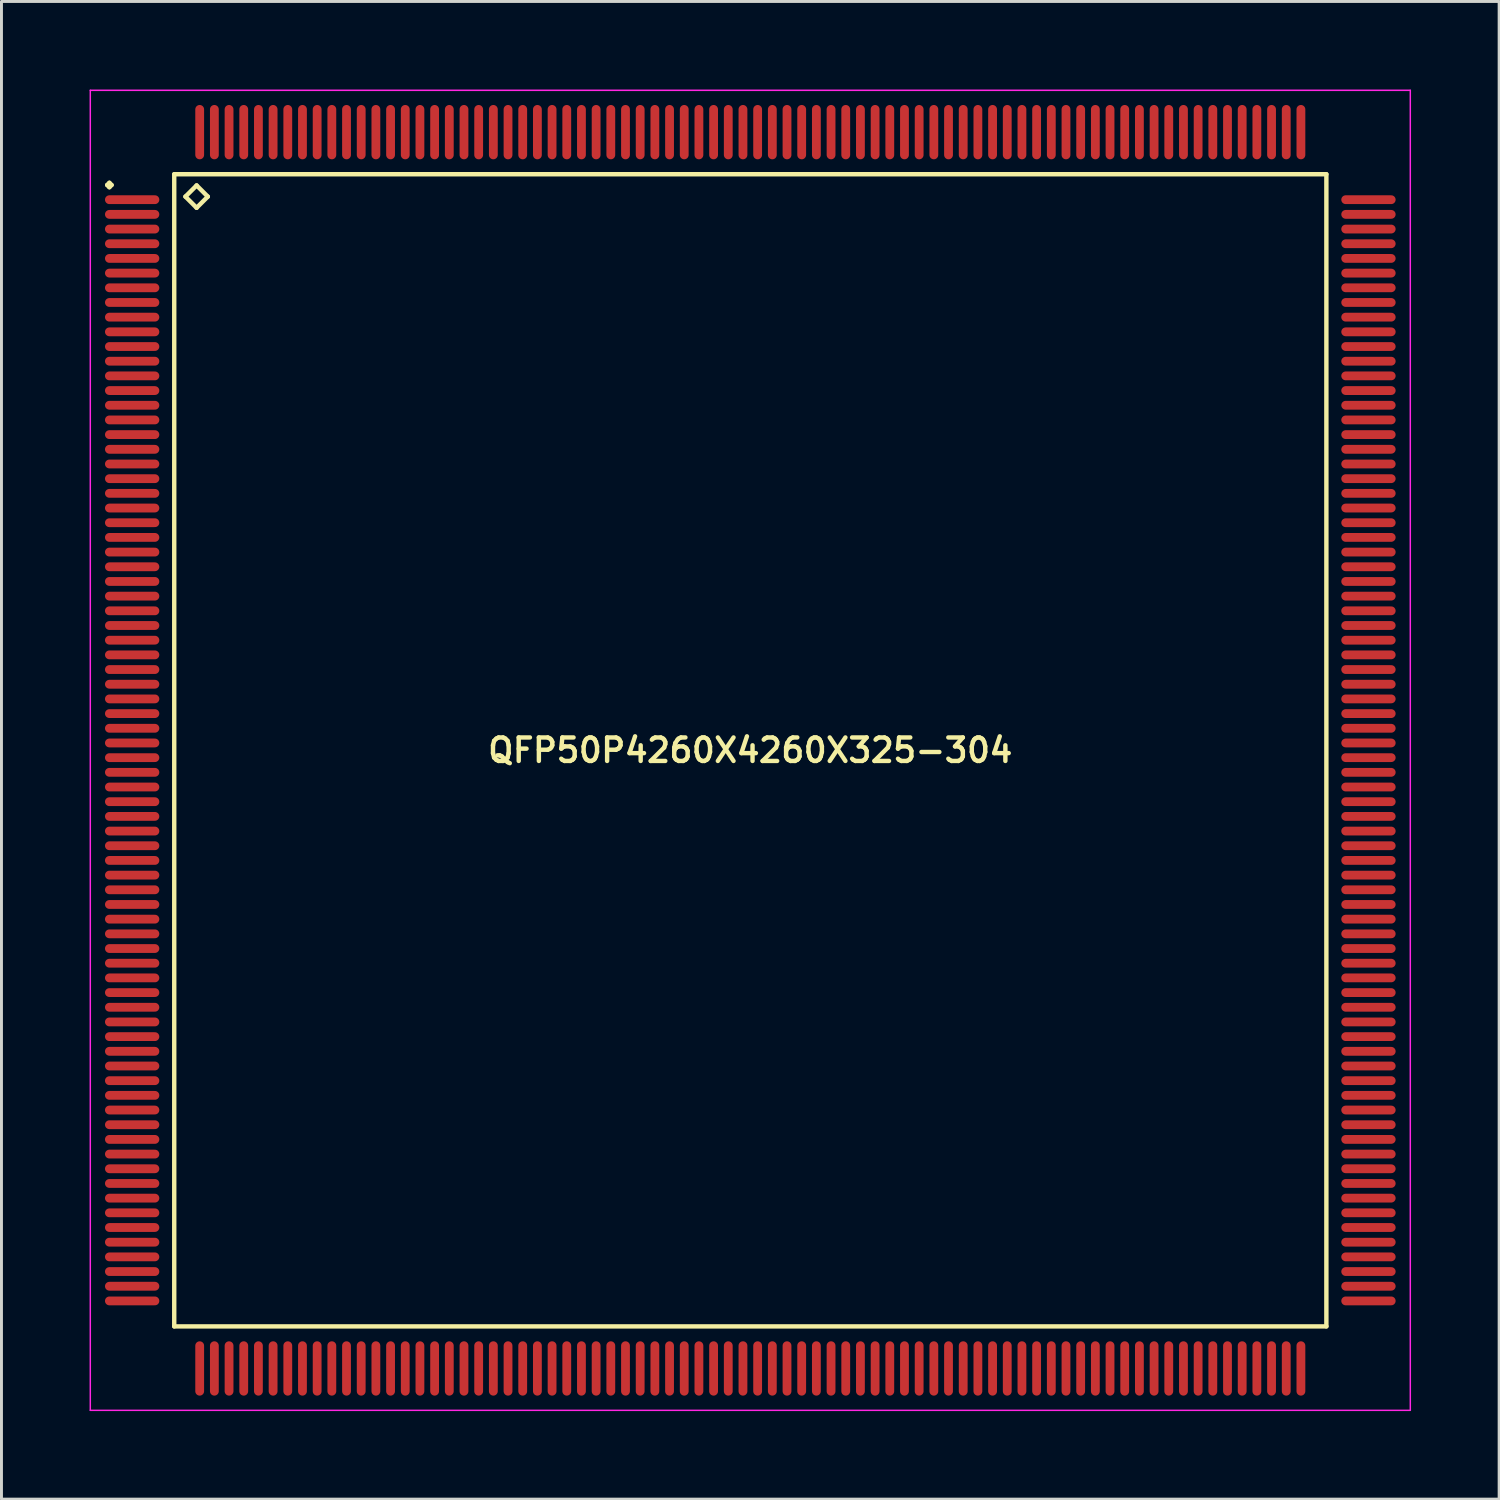
<source format=kicad_pcb>
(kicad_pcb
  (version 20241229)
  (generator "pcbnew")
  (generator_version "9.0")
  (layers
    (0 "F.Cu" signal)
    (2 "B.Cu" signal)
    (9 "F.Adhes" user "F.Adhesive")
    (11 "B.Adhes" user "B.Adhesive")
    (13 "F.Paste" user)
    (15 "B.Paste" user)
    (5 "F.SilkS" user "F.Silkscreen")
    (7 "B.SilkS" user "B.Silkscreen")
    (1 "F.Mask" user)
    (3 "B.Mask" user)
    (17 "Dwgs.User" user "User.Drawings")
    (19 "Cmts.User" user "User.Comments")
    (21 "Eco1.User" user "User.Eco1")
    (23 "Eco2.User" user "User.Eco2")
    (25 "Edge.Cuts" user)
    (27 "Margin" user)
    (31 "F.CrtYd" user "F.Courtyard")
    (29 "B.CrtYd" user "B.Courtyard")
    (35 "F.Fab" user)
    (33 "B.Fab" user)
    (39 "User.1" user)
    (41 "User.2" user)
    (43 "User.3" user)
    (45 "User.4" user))
  (footprint "QFP50P4260X4260X325-304"
    (layer "F.Cu")
    (at 22.5 22.5)
    (property "Reference" "QFP50P4260X4260X325-304" (at 0 0 0) (layer "F.SilkS") (effects (font (size 0.8 0.8) (thickness 0.15))))
    (attr smd)
    (fp_line (start -21.9 -19.25) (end -21.825 -19.325) (stroke (width 0.15) (type solid)) (layer "F.SilkS"))
    (fp_line (start -21.825 -19.325) (end -21.75 -19.25) (stroke (width 0.15) (type solid)) (layer "F.SilkS"))
    (fp_line (start -21.825 -19.175) (end -21.9 -19.25) (stroke (width 0.15) (type solid)) (layer "F.SilkS"))
    (fp_line (start -21.75 -19.25) (end -21.825 -19.175) (stroke (width 0.15) (type solid)) (layer "F.SilkS"))
    (fp_line (start -19.617 -19.617) (end -19.617 19.617) (stroke (width 0.15) (type solid)) (layer "F.SilkS"))
    (fp_line (start -19.617 19.617) (end 19.617 19.617) (stroke (width 0.15) (type solid)) (layer "F.SilkS"))
    (fp_line (start -19.236 -18.855) (end -18.855 -19.236) (stroke (width 0.15) (type solid)) (layer "F.SilkS"))
    (fp_line (start -18.855 -19.236) (end -18.474 -18.855) (stroke (width 0.15) (type solid)) (layer "F.SilkS"))
    (fp_line (start -18.855 -18.474) (end -19.236 -18.855) (stroke (width 0.15) (type solid)) (layer "F.SilkS"))
    (fp_line (start -18.474 -18.855) (end -18.855 -18.474) (stroke (width 0.15) (type solid)) (layer "F.SilkS"))
    (fp_line (start 19.617 -19.617) (end -19.617 -19.617) (stroke (width 0.15) (type solid)) (layer "F.SilkS"))
    (fp_line (start 19.617 19.617) (end 19.617 -19.617) (stroke (width 0.15) (type solid)) (layer "F.SilkS"))
    (fp_line (start -22.475 -22.475) (end 22.475 -22.475) (stroke (width 0.05) (type solid)) (layer "F.CrtYd"))
    (fp_line (start -22.475 22.475) (end -22.475 -22.475) (stroke (width 0.05) (type solid)) (layer "F.CrtYd"))
    (fp_line (start 22.475 -22.475) (end 22.475 22.475) (stroke (width 0.05) (type solid)) (layer "F.CrtYd"))
    (fp_line (start 22.475 22.475) (end -22.475 22.475) (stroke (width 0.05) (type solid)) (layer "F.CrtYd"))
    (pad "1" smd oval (at -21.05 -18.75) (size 1.85 0.3) (layers "F.Cu" "F.Mask" "F.Paste"))
    (pad "2" smd oval (at -21.05 -18.25) (size 1.85 0.3) (layers "F.Cu" "F.Mask" "F.Paste"))
    (pad "3" smd oval (at -21.05 -17.75) (size 1.85 0.3) (layers "F.Cu" "F.Mask" "F.Paste"))
    (pad "4" smd oval (at -21.05 -17.25) (size 1.85 0.3) (layers "F.Cu" "F.Mask" "F.Paste"))
    (pad "5" smd oval (at -21.05 -16.75) (size 1.85 0.3) (layers "F.Cu" "F.Mask" "F.Paste"))
    (pad "6" smd oval (at -21.05 -16.25) (size 1.85 0.3) (layers "F.Cu" "F.Mask" "F.Paste"))
    (pad "7" smd oval (at -21.05 -15.75) (size 1.85 0.3) (layers "F.Cu" "F.Mask" "F.Paste"))
    (pad "8" smd oval (at -21.05 -15.25) (size 1.85 0.3) (layers "F.Cu" "F.Mask" "F.Paste"))
    (pad "9" smd oval (at -21.05 -14.75) (size 1.85 0.3) (layers "F.Cu" "F.Mask" "F.Paste"))
    (pad "10" smd oval (at -21.05 -14.25) (size 1.85 0.3) (layers "F.Cu" "F.Mask" "F.Paste"))
    (pad "11" smd oval (at -21.05 -13.75) (size 1.85 0.3) (layers "F.Cu" "F.Mask" "F.Paste"))
    (pad "12" smd oval (at -21.05 -13.25) (size 1.85 0.3) (layers "F.Cu" "F.Mask" "F.Paste"))
    (pad "13" smd oval (at -21.05 -12.75) (size 1.85 0.3) (layers "F.Cu" "F.Mask" "F.Paste"))
    (pad "14" smd oval (at -21.05 -12.25) (size 1.85 0.3) (layers "F.Cu" "F.Mask" "F.Paste"))
    (pad "15" smd oval (at -21.05 -11.75) (size 1.85 0.3) (layers "F.Cu" "F.Mask" "F.Paste"))
    (pad "16" smd oval (at -21.05 -11.25) (size 1.85 0.3) (layers "F.Cu" "F.Mask" "F.Paste"))
    (pad "17" smd oval (at -21.05 -10.75) (size 1.85 0.3) (layers "F.Cu" "F.Mask" "F.Paste"))
    (pad "18" smd oval (at -21.05 -10.25) (size 1.85 0.3) (layers "F.Cu" "F.Mask" "F.Paste"))
    (pad "19" smd oval (at -21.05 -9.75) (size 1.85 0.3) (layers "F.Cu" "F.Mask" "F.Paste"))
    (pad "20" smd oval (at -21.05 -9.25) (size 1.85 0.3) (layers "F.Cu" "F.Mask" "F.Paste"))
    (pad "21" smd oval (at -21.05 -8.75) (size 1.85 0.3) (layers "F.Cu" "F.Mask" "F.Paste"))
    (pad "22" smd oval (at -21.05 -8.25) (size 1.85 0.3) (layers "F.Cu" "F.Mask" "F.Paste"))
    (pad "23" smd oval (at -21.05 -7.75) (size 1.85 0.3) (layers "F.Cu" "F.Mask" "F.Paste"))
    (pad "24" smd oval (at -21.05 -7.25) (size 1.85 0.3) (layers "F.Cu" "F.Mask" "F.Paste"))
    (pad "25" smd oval (at -21.05 -6.75) (size 1.85 0.3) (layers "F.Cu" "F.Mask" "F.Paste"))
    (pad "26" smd oval (at -21.05 -6.25) (size 1.85 0.3) (layers "F.Cu" "F.Mask" "F.Paste"))
    (pad "27" smd oval (at -21.05 -5.75) (size 1.85 0.3) (layers "F.Cu" "F.Mask" "F.Paste"))
    (pad "28" smd oval (at -21.05 -5.25) (size 1.85 0.3) (layers "F.Cu" "F.Mask" "F.Paste"))
    (pad "29" smd oval (at -21.05 -4.75) (size 1.85 0.3) (layers "F.Cu" "F.Mask" "F.Paste"))
    (pad "30" smd oval (at -21.05 -4.25) (size 1.85 0.3) (layers "F.Cu" "F.Mask" "F.Paste"))
    (pad "31" smd oval (at -21.05 -3.75) (size 1.85 0.3) (layers "F.Cu" "F.Mask" "F.Paste"))
    (pad "32" smd oval (at -21.05 -3.25) (size 1.85 0.3) (layers "F.Cu" "F.Mask" "F.Paste"))
    (pad "33" smd oval (at -21.05 -2.75) (size 1.85 0.3) (layers "F.Cu" "F.Mask" "F.Paste"))
    (pad "34" smd oval (at -21.05 -2.25) (size 1.85 0.3) (layers "F.Cu" "F.Mask" "F.Paste"))
    (pad "35" smd oval (at -21.05 -1.75) (size 1.85 0.3) (layers "F.Cu" "F.Mask" "F.Paste"))
    (pad "36" smd oval (at -21.05 -1.25) (size 1.85 0.3) (layers "F.Cu" "F.Mask" "F.Paste"))
    (pad "37" smd oval (at -21.05 -0.75) (size 1.85 0.3) (layers "F.Cu" "F.Mask" "F.Paste"))
    (pad "38" smd oval (at -21.05 -0.25) (size 1.85 0.3) (layers "F.Cu" "F.Mask" "F.Paste"))
    (pad "39" smd oval (at -21.05 0.25) (size 1.85 0.3) (layers "F.Cu" "F.Mask" "F.Paste"))
    (pad "40" smd oval (at -21.05 0.75) (size 1.85 0.3) (layers "F.Cu" "F.Mask" "F.Paste"))
    (pad "41" smd oval (at -21.05 1.25) (size 1.85 0.3) (layers "F.Cu" "F.Mask" "F.Paste"))
    (pad "42" smd oval (at -21.05 1.75) (size 1.85 0.3) (layers "F.Cu" "F.Mask" "F.Paste"))
    (pad "43" smd oval (at -21.05 2.25) (size 1.85 0.3) (layers "F.Cu" "F.Mask" "F.Paste"))
    (pad "44" smd oval (at -21.05 2.75) (size 1.85 0.3) (layers "F.Cu" "F.Mask" "F.Paste"))
    (pad "45" smd oval (at -21.05 3.25) (size 1.85 0.3) (layers "F.Cu" "F.Mask" "F.Paste"))
    (pad "46" smd oval (at -21.05 3.75) (size 1.85 0.3) (layers "F.Cu" "F.Mask" "F.Paste"))
    (pad "47" smd oval (at -21.05 4.25) (size 1.85 0.3) (layers "F.Cu" "F.Mask" "F.Paste"))
    (pad "48" smd oval (at -21.05 4.75) (size 1.85 0.3) (layers "F.Cu" "F.Mask" "F.Paste"))
    (pad "49" smd oval (at -21.05 5.25) (size 1.85 0.3) (layers "F.Cu" "F.Mask" "F.Paste"))
    (pad "50" smd oval (at -21.05 5.75) (size 1.85 0.3) (layers "F.Cu" "F.Mask" "F.Paste"))
    (pad "51" smd oval (at -21.05 6.25) (size 1.85 0.3) (layers "F.Cu" "F.Mask" "F.Paste"))
    (pad "52" smd oval (at -21.05 6.75) (size 1.85 0.3) (layers "F.Cu" "F.Mask" "F.Paste"))
    (pad "53" smd oval (at -21.05 7.25) (size 1.85 0.3) (layers "F.Cu" "F.Mask" "F.Paste"))
    (pad "54" smd oval (at -21.05 7.75) (size 1.85 0.3) (layers "F.Cu" "F.Mask" "F.Paste"))
    (pad "55" smd oval (at -21.05 8.25) (size 1.85 0.3) (layers "F.Cu" "F.Mask" "F.Paste"))
    (pad "56" smd oval (at -21.05 8.75) (size 1.85 0.3) (layers "F.Cu" "F.Mask" "F.Paste"))
    (pad "57" smd oval (at -21.05 9.25) (size 1.85 0.3) (layers "F.Cu" "F.Mask" "F.Paste"))
    (pad "58" smd oval (at -21.05 9.75) (size 1.85 0.3) (layers "F.Cu" "F.Mask" "F.Paste"))
    (pad "59" smd oval (at -21.05 10.25) (size 1.85 0.3) (layers "F.Cu" "F.Mask" "F.Paste"))
    (pad "60" smd oval (at -21.05 10.75) (size 1.85 0.3) (layers "F.Cu" "F.Mask" "F.Paste"))
    (pad "61" smd oval (at -21.05 11.25) (size 1.85 0.3) (layers "F.Cu" "F.Mask" "F.Paste"))
    (pad "62" smd oval (at -21.05 11.75) (size 1.85 0.3) (layers "F.Cu" "F.Mask" "F.Paste"))
    (pad "63" smd oval (at -21.05 12.25) (size 1.85 0.3) (layers "F.Cu" "F.Mask" "F.Paste"))
    (pad "64" smd oval (at -21.05 12.75) (size 1.85 0.3) (layers "F.Cu" "F.Mask" "F.Paste"))
    (pad "65" smd oval (at -21.05 13.25) (size 1.85 0.3) (layers "F.Cu" "F.Mask" "F.Paste"))
    (pad "66" smd oval (at -21.05 13.75) (size 1.85 0.3) (layers "F.Cu" "F.Mask" "F.Paste"))
    (pad "67" smd oval (at -21.05 14.25) (size 1.85 0.3) (layers "F.Cu" "F.Mask" "F.Paste"))
    (pad "68" smd oval (at -21.05 14.75) (size 1.85 0.3) (layers "F.Cu" "F.Mask" "F.Paste"))
    (pad "69" smd oval (at -21.05 15.25) (size 1.85 0.3) (layers "F.Cu" "F.Mask" "F.Paste"))
    (pad "70" smd oval (at -21.05 15.75) (size 1.85 0.3) (layers "F.Cu" "F.Mask" "F.Paste"))
    (pad "71" smd oval (at -21.05 16.25) (size 1.85 0.3) (layers "F.Cu" "F.Mask" "F.Paste"))
    (pad "72" smd oval (at -21.05 16.75) (size 1.85 0.3) (layers "F.Cu" "F.Mask" "F.Paste"))
    (pad "73" smd oval (at -21.05 17.25) (size 1.85 0.3) (layers "F.Cu" "F.Mask" "F.Paste"))
    (pad "74" smd oval (at -21.05 17.75) (size 1.85 0.3) (layers "F.Cu" "F.Mask" "F.Paste"))
    (pad "75" smd oval (at -21.05 18.25) (size 1.85 0.3) (layers "F.Cu" "F.Mask" "F.Paste"))
    (pad "76" smd oval (at -21.05 18.75) (size 1.85 0.3) (layers "F.Cu" "F.Mask" "F.Paste"))
    (pad "77" smd oval (at -18.75 21.05) (size 0.3 1.85) (layers "F.Cu" "F.Mask" "F.Paste"))
    (pad "78" smd oval (at -18.25 21.05) (size 0.3 1.85) (layers "F.Cu" "F.Mask" "F.Paste"))
    (pad "79" smd oval (at -17.75 21.05) (size 0.3 1.85) (layers "F.Cu" "F.Mask" "F.Paste"))
    (pad "80" smd oval (at -17.25 21.05) (size 0.3 1.85) (layers "F.Cu" "F.Mask" "F.Paste"))
    (pad "81" smd oval (at -16.75 21.05) (size 0.3 1.85) (layers "F.Cu" "F.Mask" "F.Paste"))
    (pad "82" smd oval (at -16.25 21.05) (size 0.3 1.85) (layers "F.Cu" "F.Mask" "F.Paste"))
    (pad "83" smd oval (at -15.75 21.05) (size 0.3 1.85) (layers "F.Cu" "F.Mask" "F.Paste"))
    (pad "84" smd oval (at -15.25 21.05) (size 0.3 1.85) (layers "F.Cu" "F.Mask" "F.Paste"))
    (pad "85" smd oval (at -14.75 21.05) (size 0.3 1.85) (layers "F.Cu" "F.Mask" "F.Paste"))
    (pad "86" smd oval (at -14.25 21.05) (size 0.3 1.85) (layers "F.Cu" "F.Mask" "F.Paste"))
    (pad "87" smd oval (at -13.75 21.05) (size 0.3 1.85) (layers "F.Cu" "F.Mask" "F.Paste"))
    (pad "88" smd oval (at -13.25 21.05) (size 0.3 1.85) (layers "F.Cu" "F.Mask" "F.Paste"))
    (pad "89" smd oval (at -12.75 21.05) (size 0.3 1.85) (layers "F.Cu" "F.Mask" "F.Paste"))
    (pad "90" smd oval (at -12.25 21.05) (size 0.3 1.85) (layers "F.Cu" "F.Mask" "F.Paste"))
    (pad "91" smd oval (at -11.75 21.05) (size 0.3 1.85) (layers "F.Cu" "F.Mask" "F.Paste"))
    (pad "92" smd oval (at -11.25 21.05) (size 0.3 1.85) (layers "F.Cu" "F.Mask" "F.Paste"))
    (pad "93" smd oval (at -10.75 21.05) (size 0.3 1.85) (layers "F.Cu" "F.Mask" "F.Paste"))
    (pad "94" smd oval (at -10.25 21.05) (size 0.3 1.85) (layers "F.Cu" "F.Mask" "F.Paste"))
    (pad "95" smd oval (at -9.75 21.05) (size 0.3 1.85) (layers "F.Cu" "F.Mask" "F.Paste"))
    (pad "96" smd oval (at -9.25 21.05) (size 0.3 1.85) (layers "F.Cu" "F.Mask" "F.Paste"))
    (pad "97" smd oval (at -8.75 21.05) (size 0.3 1.85) (layers "F.Cu" "F.Mask" "F.Paste"))
    (pad "98" smd oval (at -8.25 21.05) (size 0.3 1.85) (layers "F.Cu" "F.Mask" "F.Paste"))
    (pad "99" smd oval (at -7.75 21.05) (size 0.3 1.85) (layers "F.Cu" "F.Mask" "F.Paste"))
    (pad "100" smd oval (at -7.25 21.05) (size 0.3 1.85) (layers "F.Cu" "F.Mask" "F.Paste"))
    (pad "101" smd oval (at -6.75 21.05) (size 0.3 1.85) (layers "F.Cu" "F.Mask" "F.Paste"))
    (pad "102" smd oval (at -6.25 21.05) (size 0.3 1.85) (layers "F.Cu" "F.Mask" "F.Paste"))
    (pad "103" smd oval (at -5.75 21.05) (size 0.3 1.85) (layers "F.Cu" "F.Mask" "F.Paste"))
    (pad "104" smd oval (at -5.25 21.05) (size 0.3 1.85) (layers "F.Cu" "F.Mask" "F.Paste"))
    (pad "105" smd oval (at -4.75 21.05) (size 0.3 1.85) (layers "F.Cu" "F.Mask" "F.Paste"))
    (pad "106" smd oval (at -4.25 21.05) (size 0.3 1.85) (layers "F.Cu" "F.Mask" "F.Paste"))
    (pad "107" smd oval (at -3.75 21.05) (size 0.3 1.85) (layers "F.Cu" "F.Mask" "F.Paste"))
    (pad "108" smd oval (at -3.25 21.05) (size 0.3 1.85) (layers "F.Cu" "F.Mask" "F.Paste"))
    (pad "109" smd oval (at -2.75 21.05) (size 0.3 1.85) (layers "F.Cu" "F.Mask" "F.Paste"))
    (pad "110" smd oval (at -2.25 21.05) (size 0.3 1.85) (layers "F.Cu" "F.Mask" "F.Paste"))
    (pad "111" smd oval (at -1.75 21.05) (size 0.3 1.85) (layers "F.Cu" "F.Mask" "F.Paste"))
    (pad "112" smd oval (at -1.25 21.05) (size 0.3 1.85) (layers "F.Cu" "F.Mask" "F.Paste"))
    (pad "113" smd oval (at -0.75 21.05) (size 0.3 1.85) (layers "F.Cu" "F.Mask" "F.Paste"))
    (pad "114" smd oval (at -0.25 21.05) (size 0.3 1.85) (layers "F.Cu" "F.Mask" "F.Paste"))
    (pad "115" smd oval (at 0.25 21.05) (size 0.3 1.85) (layers "F.Cu" "F.Mask" "F.Paste"))
    (pad "116" smd oval (at 0.75 21.05) (size 0.3 1.85) (layers "F.Cu" "F.Mask" "F.Paste"))
    (pad "117" smd oval (at 1.25 21.05) (size 0.3 1.85) (layers "F.Cu" "F.Mask" "F.Paste"))
    (pad "118" smd oval (at 1.75 21.05) (size 0.3 1.85) (layers "F.Cu" "F.Mask" "F.Paste"))
    (pad "119" smd oval (at 2.25 21.05) (size 0.3 1.85) (layers "F.Cu" "F.Mask" "F.Paste"))
    (pad "120" smd oval (at 2.75 21.05) (size 0.3 1.85) (layers "F.Cu" "F.Mask" "F.Paste"))
    (pad "121" smd oval (at 3.25 21.05) (size 0.3 1.85) (layers "F.Cu" "F.Mask" "F.Paste"))
    (pad "122" smd oval (at 3.75 21.05) (size 0.3 1.85) (layers "F.Cu" "F.Mask" "F.Paste"))
    (pad "123" smd oval (at 4.25 21.05) (size 0.3 1.85) (layers "F.Cu" "F.Mask" "F.Paste"))
    (pad "124" smd oval (at 4.75 21.05) (size 0.3 1.85) (layers "F.Cu" "F.Mask" "F.Paste"))
    (pad "125" smd oval (at 5.25 21.05) (size 0.3 1.85) (layers "F.Cu" "F.Mask" "F.Paste"))
    (pad "126" smd oval (at 5.75 21.05) (size 0.3 1.85) (layers "F.Cu" "F.Mask" "F.Paste"))
    (pad "127" smd oval (at 6.25 21.05) (size 0.3 1.85) (layers "F.Cu" "F.Mask" "F.Paste"))
    (pad "128" smd oval (at 6.75 21.05) (size 0.3 1.85) (layers "F.Cu" "F.Mask" "F.Paste"))
    (pad "129" smd oval (at 7.25 21.05) (size 0.3 1.85) (layers "F.Cu" "F.Mask" "F.Paste"))
    (pad "130" smd oval (at 7.75 21.05) (size 0.3 1.85) (layers "F.Cu" "F.Mask" "F.Paste"))
    (pad "131" smd oval (at 8.25 21.05) (size 0.3 1.85) (layers "F.Cu" "F.Mask" "F.Paste"))
    (pad "132" smd oval (at 8.75 21.05) (size 0.3 1.85) (layers "F.Cu" "F.Mask" "F.Paste"))
    (pad "133" smd oval (at 9.25 21.05) (size 0.3 1.85) (layers "F.Cu" "F.Mask" "F.Paste"))
    (pad "134" smd oval (at 9.75 21.05) (size 0.3 1.85) (layers "F.Cu" "F.Mask" "F.Paste"))
    (pad "135" smd oval (at 10.25 21.05) (size 0.3 1.85) (layers "F.Cu" "F.Mask" "F.Paste"))
    (pad "136" smd oval (at 10.75 21.05) (size 0.3 1.85) (layers "F.Cu" "F.Mask" "F.Paste"))
    (pad "137" smd oval (at 11.25 21.05) (size 0.3 1.85) (layers "F.Cu" "F.Mask" "F.Paste"))
    (pad "138" smd oval (at 11.75 21.05) (size 0.3 1.85) (layers "F.Cu" "F.Mask" "F.Paste"))
    (pad "139" smd oval (at 12.25 21.05) (size 0.3 1.85) (layers "F.Cu" "F.Mask" "F.Paste"))
    (pad "140" smd oval (at 12.75 21.05) (size 0.3 1.85) (layers "F.Cu" "F.Mask" "F.Paste"))
    (pad "141" smd oval (at 13.25 21.05) (size 0.3 1.85) (layers "F.Cu" "F.Mask" "F.Paste"))
    (pad "142" smd oval (at 13.75 21.05) (size 0.3 1.85) (layers "F.Cu" "F.Mask" "F.Paste"))
    (pad "143" smd oval (at 14.25 21.05) (size 0.3 1.85) (layers "F.Cu" "F.Mask" "F.Paste"))
    (pad "144" smd oval (at 14.75 21.05) (size 0.3 1.85) (layers "F.Cu" "F.Mask" "F.Paste"))
    (pad "145" smd oval (at 15.25 21.05) (size 0.3 1.85) (layers "F.Cu" "F.Mask" "F.Paste"))
    (pad "146" smd oval (at 15.75 21.05) (size 0.3 1.85) (layers "F.Cu" "F.Mask" "F.Paste"))
    (pad "147" smd oval (at 16.25 21.05) (size 0.3 1.85) (layers "F.Cu" "F.Mask" "F.Paste"))
    (pad "148" smd oval (at 16.75 21.05) (size 0.3 1.85) (layers "F.Cu" "F.Mask" "F.Paste"))
    (pad "149" smd oval (at 17.25 21.05) (size 0.3 1.85) (layers "F.Cu" "F.Mask" "F.Paste"))
    (pad "150" smd oval (at 17.75 21.05) (size 0.3 1.85) (layers "F.Cu" "F.Mask" "F.Paste"))
    (pad "151" smd oval (at 18.25 21.05) (size 0.3 1.85) (layers "F.Cu" "F.Mask" "F.Paste"))
    (pad "152" smd oval (at 18.75 21.05) (size 0.3 1.85) (layers "F.Cu" "F.Mask" "F.Paste"))
    (pad "153" smd oval (at 21.05 18.75) (size 1.85 0.3) (layers "F.Cu" "F.Mask" "F.Paste"))
    (pad "154" smd oval (at 21.05 18.25) (size 1.85 0.3) (layers "F.Cu" "F.Mask" "F.Paste"))
    (pad "155" smd oval (at 21.05 17.75) (size 1.85 0.3) (layers "F.Cu" "F.Mask" "F.Paste"))
    (pad "156" smd oval (at 21.05 17.25) (size 1.85 0.3) (layers "F.Cu" "F.Mask" "F.Paste"))
    (pad "157" smd oval (at 21.05 16.75) (size 1.85 0.3) (layers "F.Cu" "F.Mask" "F.Paste"))
    (pad "158" smd oval (at 21.05 16.25) (size 1.85 0.3) (layers "F.Cu" "F.Mask" "F.Paste"))
    (pad "159" smd oval (at 21.05 15.75) (size 1.85 0.3) (layers "F.Cu" "F.Mask" "F.Paste"))
    (pad "160" smd oval (at 21.05 15.25) (size 1.85 0.3) (layers "F.Cu" "F.Mask" "F.Paste"))
    (pad "161" smd oval (at 21.05 14.75) (size 1.85 0.3) (layers "F.Cu" "F.Mask" "F.Paste"))
    (pad "162" smd oval (at 21.05 14.25) (size 1.85 0.3) (layers "F.Cu" "F.Mask" "F.Paste"))
    (pad "163" smd oval (at 21.05 13.75) (size 1.85 0.3) (layers "F.Cu" "F.Mask" "F.Paste"))
    (pad "164" smd oval (at 21.05 13.25) (size 1.85 0.3) (layers "F.Cu" "F.Mask" "F.Paste"))
    (pad "165" smd oval (at 21.05 12.75) (size 1.85 0.3) (layers "F.Cu" "F.Mask" "F.Paste"))
    (pad "166" smd oval (at 21.05 12.25) (size 1.85 0.3) (layers "F.Cu" "F.Mask" "F.Paste"))
    (pad "167" smd oval (at 21.05 11.75) (size 1.85 0.3) (layers "F.Cu" "F.Mask" "F.Paste"))
    (pad "168" smd oval (at 21.05 11.25) (size 1.85 0.3) (layers "F.Cu" "F.Mask" "F.Paste"))
    (pad "169" smd oval (at 21.05 10.75) (size 1.85 0.3) (layers "F.Cu" "F.Mask" "F.Paste"))
    (pad "170" smd oval (at 21.05 10.25) (size 1.85 0.3) (layers "F.Cu" "F.Mask" "F.Paste"))
    (pad "171" smd oval (at 21.05 9.75) (size 1.85 0.3) (layers "F.Cu" "F.Mask" "F.Paste"))
    (pad "172" smd oval (at 21.05 9.25) (size 1.85 0.3) (layers "F.Cu" "F.Mask" "F.Paste"))
    (pad "173" smd oval (at 21.05 8.75) (size 1.85 0.3) (layers "F.Cu" "F.Mask" "F.Paste"))
    (pad "174" smd oval (at 21.05 8.25) (size 1.85 0.3) (layers "F.Cu" "F.Mask" "F.Paste"))
    (pad "175" smd oval (at 21.05 7.75) (size 1.85 0.3) (layers "F.Cu" "F.Mask" "F.Paste"))
    (pad "176" smd oval (at 21.05 7.25) (size 1.85 0.3) (layers "F.Cu" "F.Mask" "F.Paste"))
    (pad "177" smd oval (at 21.05 6.75) (size 1.85 0.3) (layers "F.Cu" "F.Mask" "F.Paste"))
    (pad "178" smd oval (at 21.05 6.25) (size 1.85 0.3) (layers "F.Cu" "F.Mask" "F.Paste"))
    (pad "179" smd oval (at 21.05 5.75) (size 1.85 0.3) (layers "F.Cu" "F.Mask" "F.Paste"))
    (pad "180" smd oval (at 21.05 5.25) (size 1.85 0.3) (layers "F.Cu" "F.Mask" "F.Paste"))
    (pad "181" smd oval (at 21.05 4.75) (size 1.85 0.3) (layers "F.Cu" "F.Mask" "F.Paste"))
    (pad "182" smd oval (at 21.05 4.25) (size 1.85 0.3) (layers "F.Cu" "F.Mask" "F.Paste"))
    (pad "183" smd oval (at 21.05 3.75) (size 1.85 0.3) (layers "F.Cu" "F.Mask" "F.Paste"))
    (pad "184" smd oval (at 21.05 3.25) (size 1.85 0.3) (layers "F.Cu" "F.Mask" "F.Paste"))
    (pad "185" smd oval (at 21.05 2.75) (size 1.85 0.3) (layers "F.Cu" "F.Mask" "F.Paste"))
    (pad "186" smd oval (at 21.05 2.25) (size 1.85 0.3) (layers "F.Cu" "F.Mask" "F.Paste"))
    (pad "187" smd oval (at 21.05 1.75) (size 1.85 0.3) (layers "F.Cu" "F.Mask" "F.Paste"))
    (pad "188" smd oval (at 21.05 1.25) (size 1.85 0.3) (layers "F.Cu" "F.Mask" "F.Paste"))
    (pad "189" smd oval (at 21.05 0.75) (size 1.85 0.3) (layers "F.Cu" "F.Mask" "F.Paste"))
    (pad "190" smd oval (at 21.05 0.25) (size 1.85 0.3) (layers "F.Cu" "F.Mask" "F.Paste"))
    (pad "191" smd oval (at 21.05 -0.25) (size 1.85 0.3) (layers "F.Cu" "F.Mask" "F.Paste"))
    (pad "192" smd oval (at 21.05 -0.75) (size 1.85 0.3) (layers "F.Cu" "F.Mask" "F.Paste"))
    (pad "193" smd oval (at 21.05 -1.25) (size 1.85 0.3) (layers "F.Cu" "F.Mask" "F.Paste"))
    (pad "194" smd oval (at 21.05 -1.75) (size 1.85 0.3) (layers "F.Cu" "F.Mask" "F.Paste"))
    (pad "195" smd oval (at 21.05 -2.25) (size 1.85 0.3) (layers "F.Cu" "F.Mask" "F.Paste"))
    (pad "196" smd oval (at 21.05 -2.75) (size 1.85 0.3) (layers "F.Cu" "F.Mask" "F.Paste"))
    (pad "197" smd oval (at 21.05 -3.25) (size 1.85 0.3) (layers "F.Cu" "F.Mask" "F.Paste"))
    (pad "198" smd oval (at 21.05 -3.75) (size 1.85 0.3) (layers "F.Cu" "F.Mask" "F.Paste"))
    (pad "199" smd oval (at 21.05 -4.25) (size 1.85 0.3) (layers "F.Cu" "F.Mask" "F.Paste"))
    (pad "200" smd oval (at 21.05 -4.75) (size 1.85 0.3) (layers "F.Cu" "F.Mask" "F.Paste"))
    (pad "201" smd oval (at 21.05 -5.25) (size 1.85 0.3) (layers "F.Cu" "F.Mask" "F.Paste"))
    (pad "202" smd oval (at 21.05 -5.75) (size 1.85 0.3) (layers "F.Cu" "F.Mask" "F.Paste"))
    (pad "203" smd oval (at 21.05 -6.25) (size 1.85 0.3) (layers "F.Cu" "F.Mask" "F.Paste"))
    (pad "204" smd oval (at 21.05 -6.75) (size 1.85 0.3) (layers "F.Cu" "F.Mask" "F.Paste"))
    (pad "205" smd oval (at 21.05 -7.25) (size 1.85 0.3) (layers "F.Cu" "F.Mask" "F.Paste"))
    (pad "206" smd oval (at 21.05 -7.75) (size 1.85 0.3) (layers "F.Cu" "F.Mask" "F.Paste"))
    (pad "207" smd oval (at 21.05 -8.25) (size 1.85 0.3) (layers "F.Cu" "F.Mask" "F.Paste"))
    (pad "208" smd oval (at 21.05 -8.75) (size 1.85 0.3) (layers "F.Cu" "F.Mask" "F.Paste"))
    (pad "209" smd oval (at 21.05 -9.25) (size 1.85 0.3) (layers "F.Cu" "F.Mask" "F.Paste"))
    (pad "210" smd oval (at 21.05 -9.75) (size 1.85 0.3) (layers "F.Cu" "F.Mask" "F.Paste"))
    (pad "211" smd oval (at 21.05 -10.25) (size 1.85 0.3) (layers "F.Cu" "F.Mask" "F.Paste"))
    (pad "212" smd oval (at 21.05 -10.75) (size 1.85 0.3) (layers "F.Cu" "F.Mask" "F.Paste"))
    (pad "213" smd oval (at 21.05 -11.25) (size 1.85 0.3) (layers "F.Cu" "F.Mask" "F.Paste"))
    (pad "214" smd oval (at 21.05 -11.75) (size 1.85 0.3) (layers "F.Cu" "F.Mask" "F.Paste"))
    (pad "215" smd oval (at 21.05 -12.25) (size 1.85 0.3) (layers "F.Cu" "F.Mask" "F.Paste"))
    (pad "216" smd oval (at 21.05 -12.75) (size 1.85 0.3) (layers "F.Cu" "F.Mask" "F.Paste"))
    (pad "217" smd oval (at 21.05 -13.25) (size 1.85 0.3) (layers "F.Cu" "F.Mask" "F.Paste"))
    (pad "218" smd oval (at 21.05 -13.75) (size 1.85 0.3) (layers "F.Cu" "F.Mask" "F.Paste"))
    (pad "219" smd oval (at 21.05 -14.25) (size 1.85 0.3) (layers "F.Cu" "F.Mask" "F.Paste"))
    (pad "220" smd oval (at 21.05 -14.75) (size 1.85 0.3) (layers "F.Cu" "F.Mask" "F.Paste"))
    (pad "221" smd oval (at 21.05 -15.25) (size 1.85 0.3) (layers "F.Cu" "F.Mask" "F.Paste"))
    (pad "222" smd oval (at 21.05 -15.75) (size 1.85 0.3) (layers "F.Cu" "F.Mask" "F.Paste"))
    (pad "223" smd oval (at 21.05 -16.25) (size 1.85 0.3) (layers "F.Cu" "F.Mask" "F.Paste"))
    (pad "224" smd oval (at 21.05 -16.75) (size 1.85 0.3) (layers "F.Cu" "F.Mask" "F.Paste"))
    (pad "225" smd oval (at 21.05 -17.25) (size 1.85 0.3) (layers "F.Cu" "F.Mask" "F.Paste"))
    (pad "226" smd oval (at 21.05 -17.75) (size 1.85 0.3) (layers "F.Cu" "F.Mask" "F.Paste"))
    (pad "227" smd oval (at 21.05 -18.25) (size 1.85 0.3) (layers "F.Cu" "F.Mask" "F.Paste"))
    (pad "228" smd oval (at 21.05 -18.75) (size 1.85 0.3) (layers "F.Cu" "F.Mask" "F.Paste"))
    (pad "229" smd oval (at 18.75 -21.05) (size 0.3 1.85) (layers "F.Cu" "F.Mask" "F.Paste"))
    (pad "230" smd oval (at 18.25 -21.05) (size 0.3 1.85) (layers "F.Cu" "F.Mask" "F.Paste"))
    (pad "231" smd oval (at 17.75 -21.05) (size 0.3 1.85) (layers "F.Cu" "F.Mask" "F.Paste"))
    (pad "232" smd oval (at 17.25 -21.05) (size 0.3 1.85) (layers "F.Cu" "F.Mask" "F.Paste"))
    (pad "233" smd oval (at 16.75 -21.05) (size 0.3 1.85) (layers "F.Cu" "F.Mask" "F.Paste"))
    (pad "234" smd oval (at 16.25 -21.05) (size 0.3 1.85) (layers "F.Cu" "F.Mask" "F.Paste"))
    (pad "235" smd oval (at 15.75 -21.05) (size 0.3 1.85) (layers "F.Cu" "F.Mask" "F.Paste"))
    (pad "236" smd oval (at 15.25 -21.05) (size 0.3 1.85) (layers "F.Cu" "F.Mask" "F.Paste"))
    (pad "237" smd oval (at 14.75 -21.05) (size 0.3 1.85) (layers "F.Cu" "F.Mask" "F.Paste"))
    (pad "238" smd oval (at 14.25 -21.05) (size 0.3 1.85) (layers "F.Cu" "F.Mask" "F.Paste"))
    (pad "239" smd oval (at 13.75 -21.05) (size 0.3 1.85) (layers "F.Cu" "F.Mask" "F.Paste"))
    (pad "240" smd oval (at 13.25 -21.05) (size 0.3 1.85) (layers "F.Cu" "F.Mask" "F.Paste"))
    (pad "241" smd oval (at 12.75 -21.05) (size 0.3 1.85) (layers "F.Cu" "F.Mask" "F.Paste"))
    (pad "242" smd oval (at 12.25 -21.05) (size 0.3 1.85) (layers "F.Cu" "F.Mask" "F.Paste"))
    (pad "243" smd oval (at 11.75 -21.05) (size 0.3 1.85) (layers "F.Cu" "F.Mask" "F.Paste"))
    (pad "244" smd oval (at 11.25 -21.05) (size 0.3 1.85) (layers "F.Cu" "F.Mask" "F.Paste"))
    (pad "245" smd oval (at 10.75 -21.05) (size 0.3 1.85) (layers "F.Cu" "F.Mask" "F.Paste"))
    (pad "246" smd oval (at 10.25 -21.05) (size 0.3 1.85) (layers "F.Cu" "F.Mask" "F.Paste"))
    (pad "247" smd oval (at 9.75 -21.05) (size 0.3 1.85) (layers "F.Cu" "F.Mask" "F.Paste"))
    (pad "248" smd oval (at 9.25 -21.05) (size 0.3 1.85) (layers "F.Cu" "F.Mask" "F.Paste"))
    (pad "249" smd oval (at 8.75 -21.05) (size 0.3 1.85) (layers "F.Cu" "F.Mask" "F.Paste"))
    (pad "250" smd oval (at 8.25 -21.05) (size 0.3 1.85) (layers "F.Cu" "F.Mask" "F.Paste"))
    (pad "251" smd oval (at 7.75 -21.05) (size 0.3 1.85) (layers "F.Cu" "F.Mask" "F.Paste"))
    (pad "252" smd oval (at 7.25 -21.05) (size 0.3 1.85) (layers "F.Cu" "F.Mask" "F.Paste"))
    (pad "253" smd oval (at 6.75 -21.05) (size 0.3 1.85) (layers "F.Cu" "F.Mask" "F.Paste"))
    (pad "254" smd oval (at 6.25 -21.05) (size 0.3 1.85) (layers "F.Cu" "F.Mask" "F.Paste"))
    (pad "255" smd oval (at 5.75 -21.05) (size 0.3 1.85) (layers "F.Cu" "F.Mask" "F.Paste"))
    (pad "256" smd oval (at 5.25 -21.05) (size 0.3 1.85) (layers "F.Cu" "F.Mask" "F.Paste"))
    (pad "257" smd oval (at 4.75 -21.05) (size 0.3 1.85) (layers "F.Cu" "F.Mask" "F.Paste"))
    (pad "258" smd oval (at 4.25 -21.05) (size 0.3 1.85) (layers "F.Cu" "F.Mask" "F.Paste"))
    (pad "259" smd oval (at 3.75 -21.05) (size 0.3 1.85) (layers "F.Cu" "F.Mask" "F.Paste"))
    (pad "260" smd oval (at 3.25 -21.05) (size 0.3 1.85) (layers "F.Cu" "F.Mask" "F.Paste"))
    (pad "261" smd oval (at 2.75 -21.05) (size 0.3 1.85) (layers "F.Cu" "F.Mask" "F.Paste"))
    (pad "262" smd oval (at 2.25 -21.05) (size 0.3 1.85) (layers "F.Cu" "F.Mask" "F.Paste"))
    (pad "263" smd oval (at 1.75 -21.05) (size 0.3 1.85) (layers "F.Cu" "F.Mask" "F.Paste"))
    (pad "264" smd oval (at 1.25 -21.05) (size 0.3 1.85) (layers "F.Cu" "F.Mask" "F.Paste"))
    (pad "265" smd oval (at 0.75 -21.05) (size 0.3 1.85) (layers "F.Cu" "F.Mask" "F.Paste"))
    (pad "266" smd oval (at 0.25 -21.05) (size 0.3 1.85) (layers "F.Cu" "F.Mask" "F.Paste"))
    (pad "267" smd oval (at -0.25 -21.05) (size 0.3 1.85) (layers "F.Cu" "F.Mask" "F.Paste"))
    (pad "268" smd oval (at -0.75 -21.05) (size 0.3 1.85) (layers "F.Cu" "F.Mask" "F.Paste"))
    (pad "269" smd oval (at -1.25 -21.05) (size 0.3 1.85) (layers "F.Cu" "F.Mask" "F.Paste"))
    (pad "270" smd oval (at -1.75 -21.05) (size 0.3 1.85) (layers "F.Cu" "F.Mask" "F.Paste"))
    (pad "271" smd oval (at -2.25 -21.05) (size 0.3 1.85) (layers "F.Cu" "F.Mask" "F.Paste"))
    (pad "272" smd oval (at -2.75 -21.05) (size 0.3 1.85) (layers "F.Cu" "F.Mask" "F.Paste"))
    (pad "273" smd oval (at -3.25 -21.05) (size 0.3 1.85) (layers "F.Cu" "F.Mask" "F.Paste"))
    (pad "274" smd oval (at -3.75 -21.05) (size 0.3 1.85) (layers "F.Cu" "F.Mask" "F.Paste"))
    (pad "275" smd oval (at -4.25 -21.05) (size 0.3 1.85) (layers "F.Cu" "F.Mask" "F.Paste"))
    (pad "276" smd oval (at -4.75 -21.05) (size 0.3 1.85) (layers "F.Cu" "F.Mask" "F.Paste"))
    (pad "277" smd oval (at -5.25 -21.05) (size 0.3 1.85) (layers "F.Cu" "F.Mask" "F.Paste"))
    (pad "278" smd oval (at -5.75 -21.05) (size 0.3 1.85) (layers "F.Cu" "F.Mask" "F.Paste"))
    (pad "279" smd oval (at -6.25 -21.05) (size 0.3 1.85) (layers "F.Cu" "F.Mask" "F.Paste"))
    (pad "280" smd oval (at -6.75 -21.05) (size 0.3 1.85) (layers "F.Cu" "F.Mask" "F.Paste"))
    (pad "281" smd oval (at -7.25 -21.05) (size 0.3 1.85) (layers "F.Cu" "F.Mask" "F.Paste"))
    (pad "282" smd oval (at -7.75 -21.05) (size 0.3 1.85) (layers "F.Cu" "F.Mask" "F.Paste"))
    (pad "283" smd oval (at -8.25 -21.05) (size 0.3 1.85) (layers "F.Cu" "F.Mask" "F.Paste"))
    (pad "284" smd oval (at -8.75 -21.05) (size 0.3 1.85) (layers "F.Cu" "F.Mask" "F.Paste"))
    (pad "285" smd oval (at -9.25 -21.05) (size 0.3 1.85) (layers "F.Cu" "F.Mask" "F.Paste"))
    (pad "286" smd oval (at -9.75 -21.05) (size 0.3 1.85) (layers "F.Cu" "F.Mask" "F.Paste"))
    (pad "287" smd oval (at -10.25 -21.05) (size 0.3 1.85) (layers "F.Cu" "F.Mask" "F.Paste"))
    (pad "288" smd oval (at -10.75 -21.05) (size 0.3 1.85) (layers "F.Cu" "F.Mask" "F.Paste"))
    (pad "289" smd oval (at -11.25 -21.05) (size 0.3 1.85) (layers "F.Cu" "F.Mask" "F.Paste"))
    (pad "290" smd oval (at -11.75 -21.05) (size 0.3 1.85) (layers "F.Cu" "F.Mask" "F.Paste"))
    (pad "291" smd oval (at -12.25 -21.05) (size 0.3 1.85) (layers "F.Cu" "F.Mask" "F.Paste"))
    (pad "292" smd oval (at -12.75 -21.05) (size 0.3 1.85) (layers "F.Cu" "F.Mask" "F.Paste"))
    (pad "293" smd oval (at -13.25 -21.05) (size 0.3 1.85) (layers "F.Cu" "F.Mask" "F.Paste"))
    (pad "294" smd oval (at -13.75 -21.05) (size 0.3 1.85) (layers "F.Cu" "F.Mask" "F.Paste"))
    (pad "295" smd oval (at -14.25 -21.05) (size 0.3 1.85) (layers "F.Cu" "F.Mask" "F.Paste"))
    (pad "296" smd oval (at -14.75 -21.05) (size 0.3 1.85) (layers "F.Cu" "F.Mask" "F.Paste"))
    (pad "297" smd oval (at -15.25 -21.05) (size 0.3 1.85) (layers "F.Cu" "F.Mask" "F.Paste"))
    (pad "298" smd oval (at -15.75 -21.05) (size 0.3 1.85) (layers "F.Cu" "F.Mask" "F.Paste"))
    (pad "299" smd oval (at -16.25 -21.05) (size 0.3 1.85) (layers "F.Cu" "F.Mask" "F.Paste"))
    (pad "300" smd oval (at -16.75 -21.05) (size 0.3 1.85) (layers "F.Cu" "F.Mask" "F.Paste"))
    (pad "301" smd oval (at -17.25 -21.05) (size 0.3 1.85) (layers "F.Cu" "F.Mask" "F.Paste"))
    (pad "302" smd oval (at -17.75 -21.05) (size 0.3 1.85) (layers "F.Cu" "F.Mask" "F.Paste"))
    (pad "303" smd oval (at -18.25 -21.05) (size 0.3 1.85) (layers "F.Cu" "F.Mask" "F.Paste"))
    (pad "304" smd oval (at -18.75 -21.05) (size 0.3 1.85) (layers "F.Cu" "F.Mask" "F.Paste")))
  (gr_rect
    (start -3 -3)
    (end 48 48)
    (stroke (width 0.1) (type default))
    (fill no)
    (layer "Edge.Cuts")))
</source>
